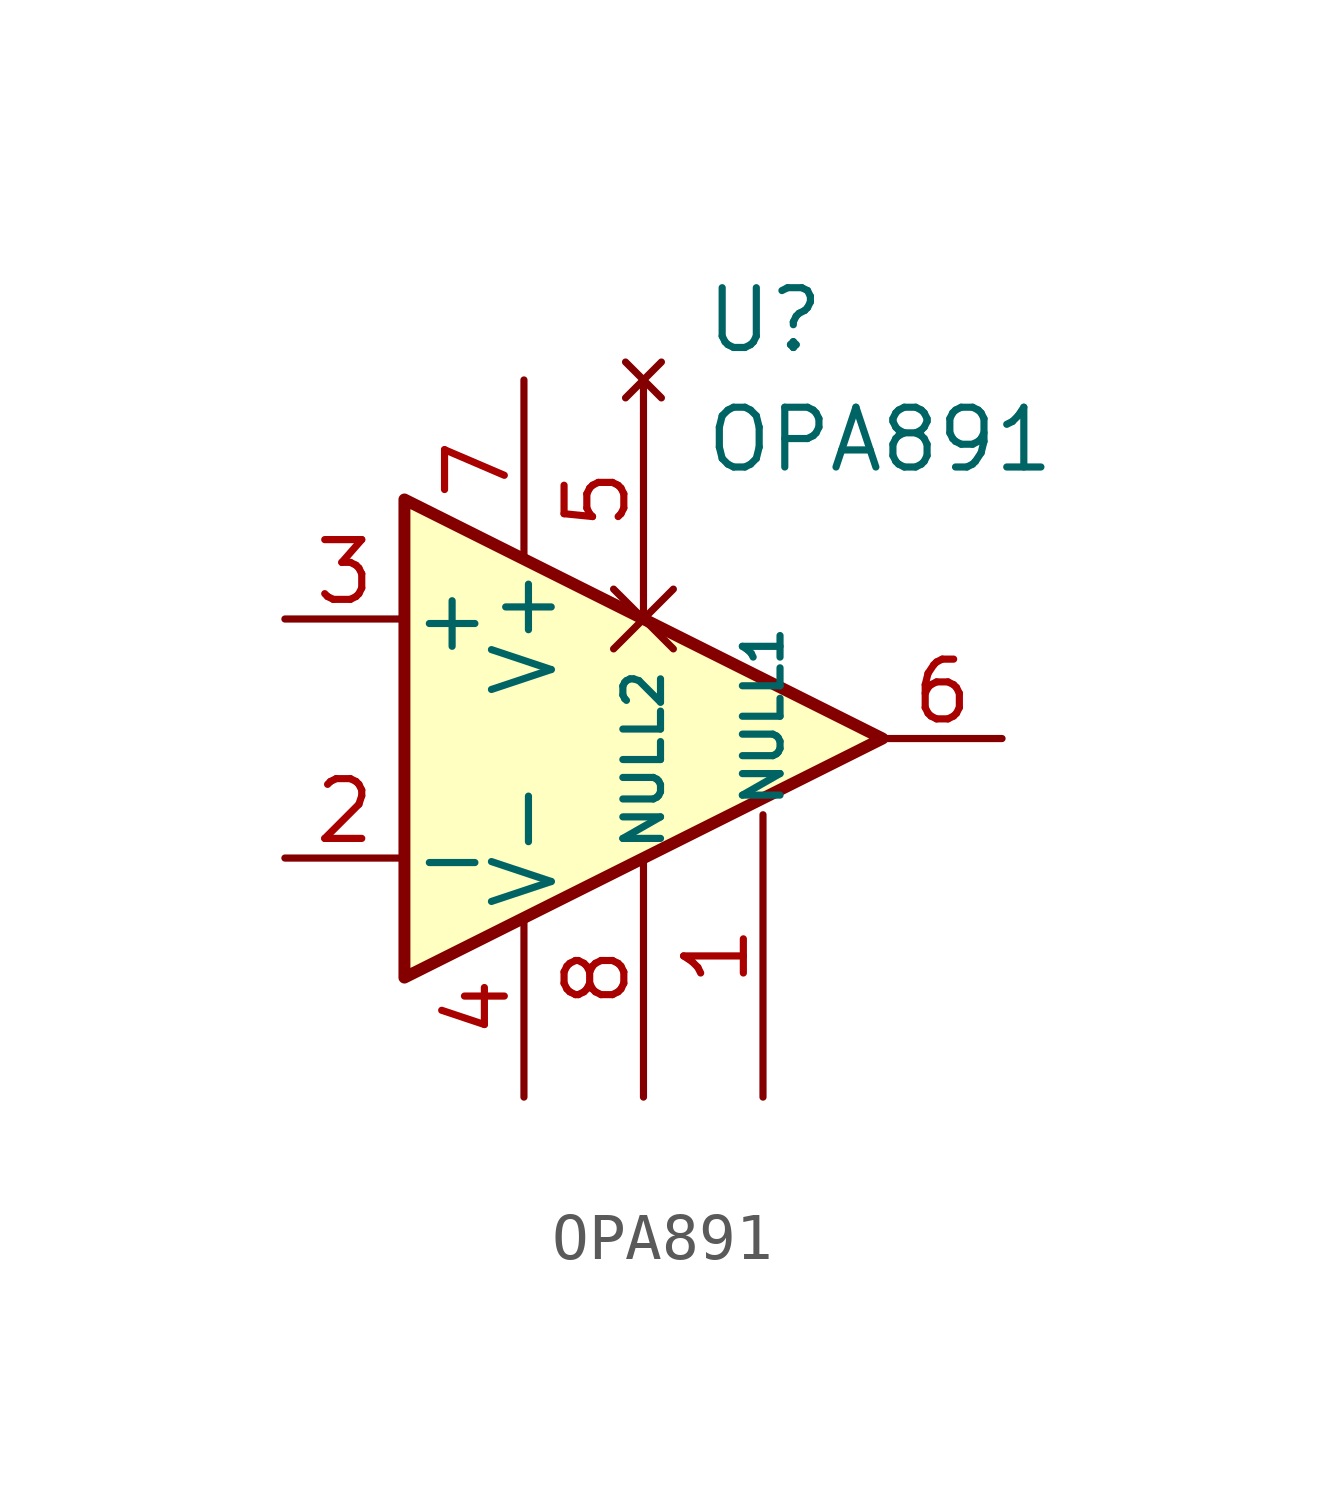
<source format=kicad_sym>
(kicad_symbol_lib
  (version 20231120)
  (generator "kicad_symbol_editor")
  (generator_version "8.0")
  (symbol "OPA891"
    (pin_names
      (offset 0.127))
    (property "Reference" "U"
      (at 1.27 8.89 0)
      (effects (font (size 1.27 1.27)) (justify left)))
    (property "Value" "OPA891"
      (at 1.27 6.35 0)
      (effects (font (size 1.27 1.27)) (justify left)))
    (symbol "OPA891_0_1"
      (polyline (pts (xy -5.08 5.08) (xy 5.08 0) (xy -5.08 -5.08) (xy -5.08 5.08)) (stroke (width 0.254) (type default)) (fill (type background))))
    (symbol "OPA891_1_0"
      (pin no_connect non_logic (at 0 7.62 270) (length 5.08) (name "" (effects (font (size 1.27 1.27)))) (number "5" (effects (font (size 1.27 1.27)))))
      (pin power_in line (at -2.54 7.62 270) (length 3.81) (name "V+" (effects (font (size 1.27 1.27)))) (number "7" (effects (font (size 1.27 1.27)))))
      (pin bidirectional line (at 0 -7.62 90) (length 5.08) (name "NULL2" (effects (font (size 0.8 0.8)))) (number "8" (effects (font (size 1.27 1.27))))))
    (symbol "OPA891_1_1"
      (pin bidirectional line (at 2.54 -7.62 90) (length 6) (name "NULL1" (effects (font (size 0.8 0.8)))) (number "1" (effects (font (size 1.27 1.27)))))
      (pin input line (at -7.62 -2.54 0) (length 2.54) (name "-" (effects (font (size 1.27 1.27)))) (number "2" (effects (font (size 1.27 1.27)))))
      (pin input line (at -7.62 2.54 0) (length 2.54) (name "+" (effects (font (size 1.27 1.27)))) (number "3" (effects (font (size 1.27 1.27)))))
      (pin power_in line (at -2.54 -7.62 90) (length 3.81) (name "V-" (effects (font (size 1.27 1.27)))) (number "4" (effects (font (size 1.27 1.27)))))
      (pin output line (at 7.62 0 180) (length 2.54) (name "~" (effects (font (size 1.27 1.27)))) (number "6" (effects (font (size 1.27 1.27))))))))
</source>
